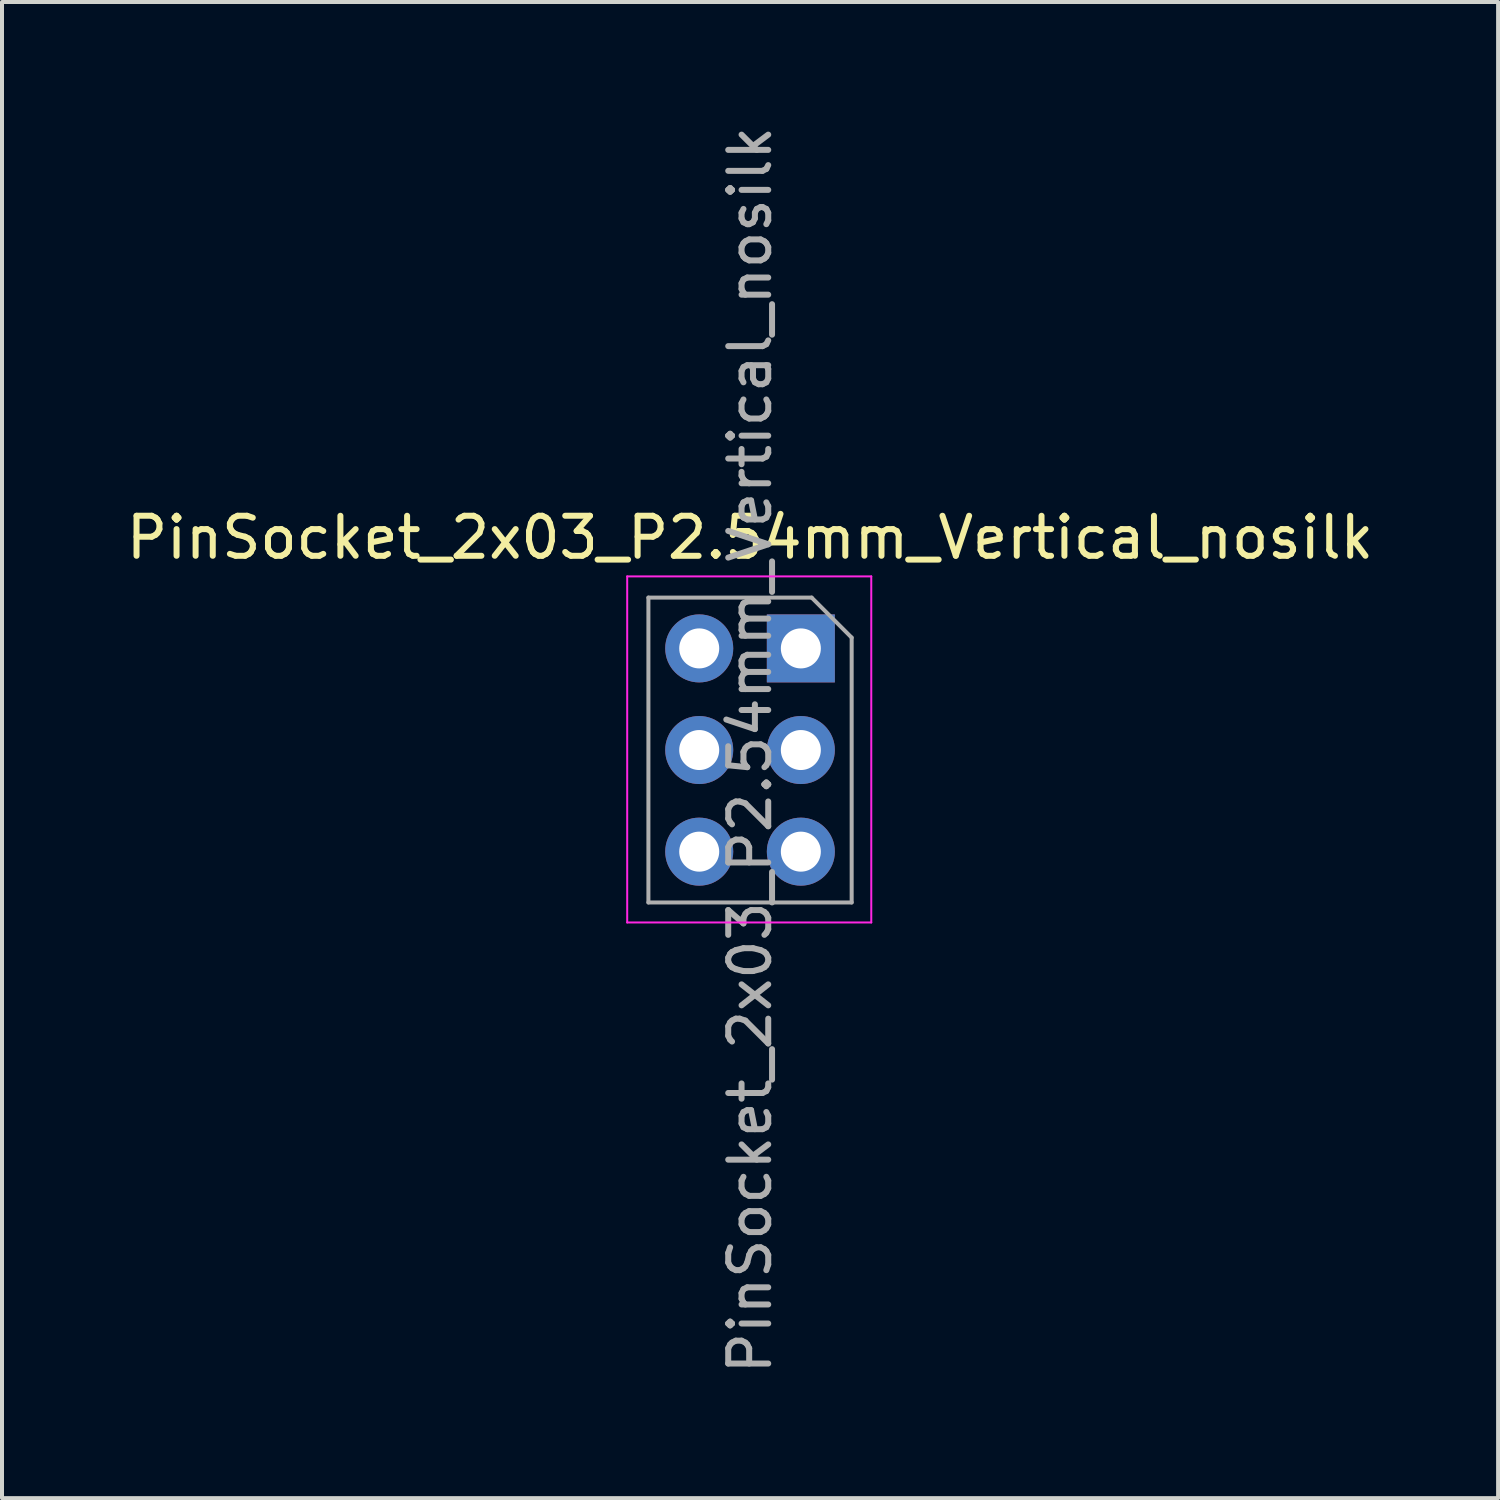
<source format=kicad_pcb>
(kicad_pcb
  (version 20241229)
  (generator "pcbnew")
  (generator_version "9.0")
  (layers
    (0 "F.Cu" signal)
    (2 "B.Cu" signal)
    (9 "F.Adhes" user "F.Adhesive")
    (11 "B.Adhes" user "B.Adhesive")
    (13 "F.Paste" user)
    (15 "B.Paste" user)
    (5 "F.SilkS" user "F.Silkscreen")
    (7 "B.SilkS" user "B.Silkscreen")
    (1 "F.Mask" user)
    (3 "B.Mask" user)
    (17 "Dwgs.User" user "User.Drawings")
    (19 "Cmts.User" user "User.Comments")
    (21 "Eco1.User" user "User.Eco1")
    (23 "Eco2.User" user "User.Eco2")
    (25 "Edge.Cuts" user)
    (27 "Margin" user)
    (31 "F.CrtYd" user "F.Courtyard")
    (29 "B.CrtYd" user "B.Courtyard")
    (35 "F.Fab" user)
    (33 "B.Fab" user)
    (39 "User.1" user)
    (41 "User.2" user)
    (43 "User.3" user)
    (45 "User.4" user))
  (footprint "PinSocket_2x03_P2.54mm_Vertical_nosilk"
    (layer "F.Cu")
    (at 16.966 13.156)
    (property "Reference" "PinSocket_2x03_P2.54mm_Vertical_nosilk" (at -1.27 -2.77 0) (layer "F.SilkS") (effects (font (size 1 1) (thickness 0.15))))
    (attr through_hole)
    (fp_line (start -4.34 -1.8) (end 1.76 -1.8) (stroke (width 0.05) (type solid)) (layer "F.CrtYd"))
    (fp_line (start -4.34 6.85) (end -4.34 -1.8) (stroke (width 0.05) (type solid)) (layer "F.CrtYd"))
    (fp_line (start 1.76 -1.8) (end 1.76 6.85) (stroke (width 0.05) (type solid)) (layer "F.CrtYd"))
    (fp_line (start 1.76 6.85) (end -4.34 6.85) (stroke (width 0.05) (type solid)) (layer "F.CrtYd"))
    (fp_line (start -3.81 -1.27) (end 0.27 -1.27) (stroke (width 0.1) (type solid)) (layer "F.Fab"))
    (fp_line (start -3.81 6.35) (end -3.81 -1.27) (stroke (width 0.1) (type solid)) (layer "F.Fab"))
    (fp_line (start 0.27 -1.27) (end 1.27 -0.27) (stroke (width 0.1) (type solid)) (layer "F.Fab"))
    (fp_line (start 1.27 -0.27) (end 1.27 6.35) (stroke (width 0.1) (type solid)) (layer "F.Fab"))
    (fp_line (start 1.27 6.35) (end -3.81 6.35) (stroke (width 0.1) (type solid)) (layer "F.Fab"))
    (fp_text user "${REFERENCE}" (at -1.27 2.54 90) (layer "F.Fab") (effects (font (size 1 1) (thickness 0.15))))
    (pad "1" thru_hole rect (at 0 0) (size 1.7 1.7) (drill 1) (layers "*.Cu" "*.Mask"))
    (pad "2" thru_hole oval (at -2.54 0) (size 1.7 1.7) (drill 1) (layers "*.Cu" "*.Mask"))
    (pad "3" thru_hole oval (at 0 2.54) (size 1.7 1.7) (drill 1) (layers "*.Cu" "*.Mask"))
    (pad "4" thru_hole oval (at -2.54 2.54) (size 1.7 1.7) (drill 1) (layers "*.Cu" "*.Mask"))
    (pad "5" thru_hole oval (at 0 5.08) (size 1.7 1.7) (drill 1) (layers "*.Cu" "*.Mask"))
    (pad "6" thru_hole oval (at -2.54 5.08) (size 1.7 1.7) (drill 1) (layers "*.Cu" "*.Mask")))
  (gr_rect
    (start -3 -3)
    (end 34.393 34.393)
    (stroke (width 0.1) (type default))
    (fill no)
    (layer "Edge.Cuts")))
</source>
